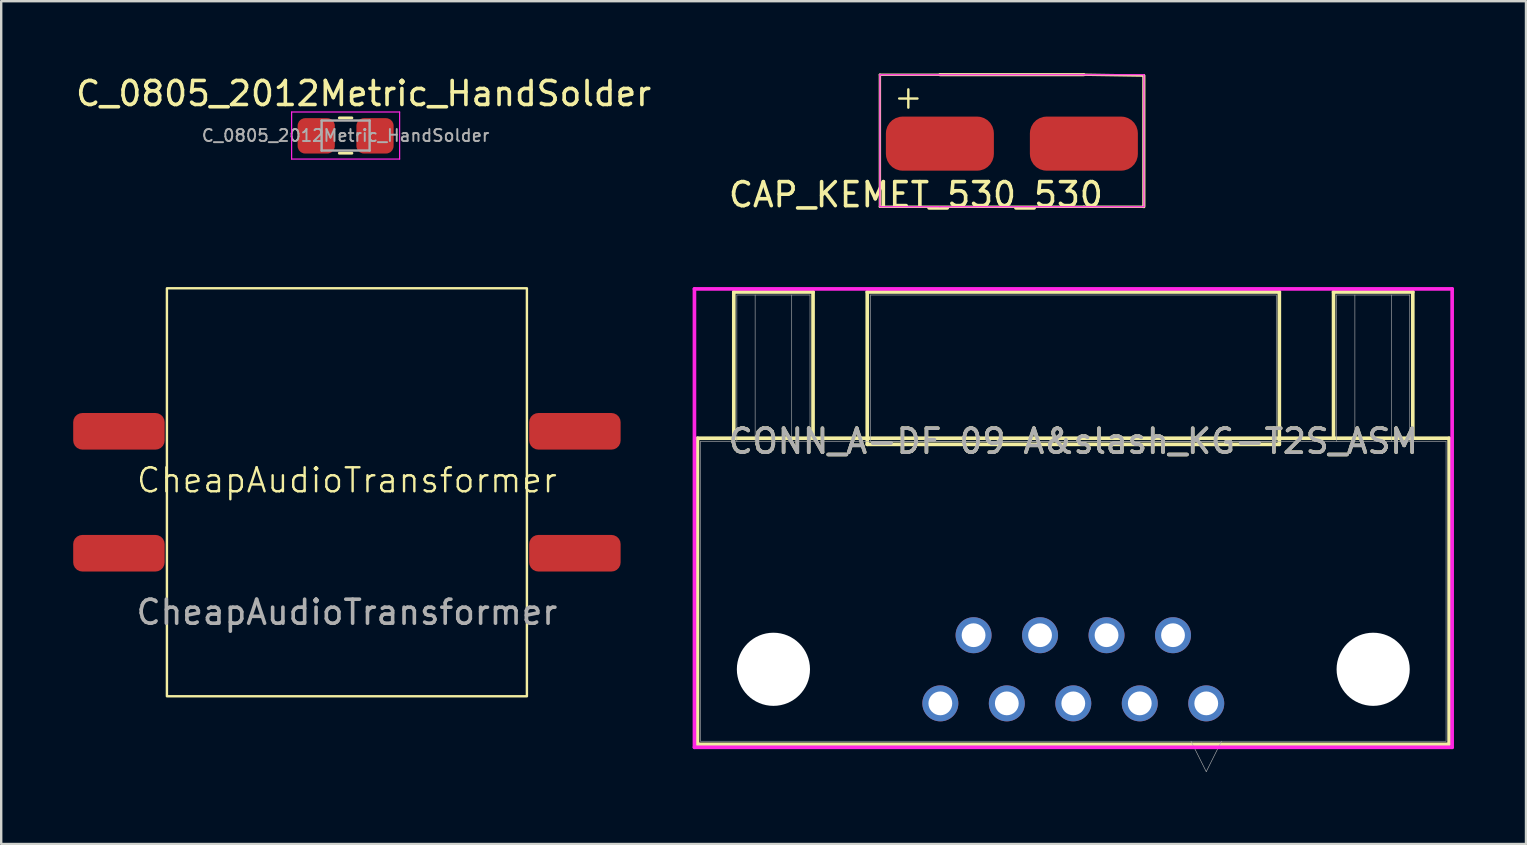
<source format=kicad_pcb>
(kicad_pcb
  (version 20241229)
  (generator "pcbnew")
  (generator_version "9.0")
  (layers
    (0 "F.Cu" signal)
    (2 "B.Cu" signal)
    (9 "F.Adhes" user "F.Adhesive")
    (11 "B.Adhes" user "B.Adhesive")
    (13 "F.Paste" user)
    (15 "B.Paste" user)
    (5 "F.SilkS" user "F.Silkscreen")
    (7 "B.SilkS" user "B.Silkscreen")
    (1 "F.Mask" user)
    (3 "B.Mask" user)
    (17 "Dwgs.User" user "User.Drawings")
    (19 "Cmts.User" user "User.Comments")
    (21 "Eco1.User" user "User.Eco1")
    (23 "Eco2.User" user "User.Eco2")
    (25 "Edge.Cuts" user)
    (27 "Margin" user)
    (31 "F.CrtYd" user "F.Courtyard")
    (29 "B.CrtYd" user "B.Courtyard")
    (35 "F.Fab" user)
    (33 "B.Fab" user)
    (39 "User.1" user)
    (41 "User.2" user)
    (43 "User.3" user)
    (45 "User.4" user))
  (footprint "CheapAudioTransformer"
    (layer "F.Cu")
    (at 11.405 17.462)
    (property "Reference" "CheapAudioTransformer" (at 0 -0.5 0) (unlocked yes) (layer "F.SilkS") (effects (font (size 1 1) (thickness 0.1))))
    (attr smd)
    (fp_rect (start -7.5 -8.5) (end 7.5 8.5) (stroke (width 0.1) (type default)) (fill no) (layer "F.SilkS"))
    (fp_text user "${REFERENCE}" (at 0 5 0) (unlocked yes) (layer "F.Fab") (effects (font (size 1 1) (thickness 0.15))))
    (pad "1" smd roundrect (at -9.5 -2.54) (size 3.81 1.524) (layers "F.Cu" "F.Mask" "F.Paste") (roundrect_rratio 0.25))
    (pad "2" smd roundrect (at -9.5 2.54) (size 3.81 1.524) (layers "F.Cu" "F.Mask" "F.Paste") (roundrect_rratio 0.25))
    (pad "3" smd roundrect (at 9.5 -2.54) (size 3.81 1.524) (layers "F.Cu" "F.Mask" "F.Paste") (roundrect_rratio 0.25))
    (pad "4" smd roundrect (at 9.5 2.54) (size 3.81 1.524) (layers "F.Cu" "F.Mask" "F.Paste") (roundrect_rratio 0.25)))
  (footprint "CONN_A-DF 09 A&slash_KG-T2S_ASM"
    (layer "F.Cu")
    (at 41.672 15.338)
    (property "Reference" "CONN_A-DF 09 A&slash_KG-T2S_ASM" (at 0 0 0) (unlocked yes) (layer "F.SilkS") (effects (font (size 1 1) (thickness 0.15))))
    (attr through_hole)
    (fp_line (start -15.659 -0.127) (end -15.659 12.624) (stroke (width 0.152) (type solid)) (layer "F.SilkS"))
    (fp_line (start -15.659 12.624) (end 15.659 12.624) (stroke (width 0.152) (type solid)) (layer "F.SilkS"))
    (fp_line (start -14.146 -6.223) (end -10.844 -6.223) (stroke (width 0.152) (type solid)) (layer "F.SilkS"))
    (fp_line (start -14.146 -0.127) (end -14.146 -6.223) (stroke (width 0.152) (type solid)) (layer "F.SilkS"))
    (fp_line (start -10.844 -6.223) (end -10.844 -0.127) (stroke (width 0.152) (type solid)) (layer "F.SilkS"))
    (fp_line (start -8.585 -6.223) (end -8.585 0.127) (stroke (width 0.152) (type solid)) (layer "F.SilkS"))
    (fp_line (start -8.585 0.127) (end 8.585 0.127) (stroke (width 0.152) (type solid)) (layer "F.SilkS"))
    (fp_line (start 8.585 -6.223) (end -8.585 -6.223) (stroke (width 0.152) (type solid)) (layer "F.SilkS"))
    (fp_line (start 8.585 0.127) (end 8.585 -6.223) (stroke (width 0.152) (type solid)) (layer "F.SilkS"))
    (fp_line (start 10.844 -6.223) (end 14.146 -6.223) (stroke (width 0.152) (type solid)) (layer "F.SilkS"))
    (fp_line (start 10.844 -0.127) (end 10.844 -6.223) (stroke (width 0.152) (type solid)) (layer "F.SilkS"))
    (fp_line (start 14.146 -6.223) (end 14.146 -0.127) (stroke (width 0.152) (type solid)) (layer "F.SilkS"))
    (fp_line (start 15.659 -0.127) (end -15.659 -0.127) (stroke (width 0.152) (type solid)) (layer "F.SilkS"))
    (fp_line (start 15.659 12.624) (end 15.659 -0.127) (stroke (width 0.152) (type solid)) (layer "F.SilkS"))
    (fp_line (start -15.786 -6.35) (end -15.786 12.751) (stroke (width 0.152) (type solid)) (layer "F.CrtYd"))
    (fp_line (start -15.786 12.751) (end 15.786 12.751) (stroke (width 0.152) (type solid)) (layer "F.CrtYd"))
    (fp_line (start 15.786 -6.35) (end -15.786 -6.35) (stroke (width 0.152) (type solid)) (layer "F.CrtYd"))
    (fp_line (start 15.786 12.751) (end 15.786 -6.35) (stroke (width 0.152) (type solid)) (layer "F.CrtYd"))
    (fp_line (start -15.532 0) (end -15.532 12.497) (stroke (width 0.025) (type solid)) (layer "F.Fab"))
    (fp_line (start -15.532 12.497) (end 15.532 12.497) (stroke (width 0.025) (type solid)) (layer "F.Fab"))
    (fp_line (start -14.019 -6.096) (end -10.971 -6.096) (stroke (width 0.025) (type solid)) (layer "F.Fab"))
    (fp_line (start -14.019 0) (end -14.019 -6.096) (stroke (width 0.025) (type solid)) (layer "F.Fab"))
    (fp_line (start -13.257 0) (end -13.257 -6.096) (stroke (width 0.025) (type solid)) (layer "F.Fab"))
    (fp_line (start -11.733 -6.096) (end -11.733 0) (stroke (width 0.025) (type solid)) (layer "F.Fab"))
    (fp_line (start -10.971 -6.096) (end -10.971 0) (stroke (width 0.025) (type solid)) (layer "F.Fab"))
    (fp_line (start -8.458 -6.096) (end -8.458 0) (stroke (width 0.025) (type solid)) (layer "F.Fab"))
    (fp_line (start -8.458 0) (end 8.458 0) (stroke (width 0.025) (type solid)) (layer "F.Fab"))
    (fp_line (start 4.905 12.497) (end 5.54 13.767) (stroke (width 0.025) (type solid)) (layer "F.Fab"))
    (fp_line (start 6.175 12.497) (end 5.54 13.767) (stroke (width 0.025) (type solid)) (layer "F.Fab"))
    (fp_line (start 8.458 -6.096) (end -8.458 -6.096) (stroke (width 0.025) (type solid)) (layer "F.Fab"))
    (fp_line (start 8.458 0) (end 8.458 -6.096) (stroke (width 0.025) (type solid)) (layer "F.Fab"))
    (fp_line (start 10.971 -6.096) (end 14.019 -6.096) (stroke (width 0.025) (type solid)) (layer "F.Fab"))
    (fp_line (start 10.971 0) (end 10.971 -6.096) (stroke (width 0.025) (type solid)) (layer "F.Fab"))
    (fp_line (start 11.733 0) (end 11.733 -6.096) (stroke (width 0.025) (type solid)) (layer "F.Fab"))
    (fp_line (start 13.257 -6.096) (end 13.257 0) (stroke (width 0.025) (type solid)) (layer "F.Fab"))
    (fp_line (start 14.019 -6.096) (end 14.019 0) (stroke (width 0.025) (type solid)) (layer "F.Fab"))
    (fp_line (start 15.532 0) (end -15.532 0) (stroke (width 0.025) (type solid)) (layer "F.Fab"))
    (fp_line (start 15.532 12.497) (end 15.532 0) (stroke (width 0.025) (type solid)) (layer "F.Fab"))
    (fp_text user "${REFERENCE}" (at 0 0 0) (unlocked yes) (layer "F.Fab") (effects (font (size 1 1) (thickness 0.15))))
    (pad "" np_thru_hole circle (at -12.495 9.5) (size 3.048 3.048) (drill 3.048) (layers "*.Cu" "*.Mask"))
    (pad "" np_thru_hole circle (at 12.495 9.5) (size 3.048 3.048) (drill 3.048) (layers "*.Cu" "*.Mask"))
    (pad "1" thru_hole circle (at 5.54 10.92) (size 1.499 1.499) (drill 0.991) (layers "*.Cu" "*.Mask"))
    (pad "2" thru_hole circle (at 2.77 10.92) (size 1.499 1.499) (drill 0.991) (layers "*.Cu" "*.Mask"))
    (pad "3" thru_hole circle (at 0 10.92) (size 1.499 1.499) (drill 0.991) (layers "*.Cu" "*.Mask"))
    (pad "4" thru_hole circle (at -2.77 10.92) (size 1.499 1.499) (drill 0.991) (layers "*.Cu" "*.Mask"))
    (pad "5" thru_hole circle (at -5.54 10.92) (size 1.499 1.499) (drill 0.991) (layers "*.Cu" "*.Mask"))
    (pad "6" thru_hole circle (at 4.155 8.08) (size 1.499 1.499) (drill 0.991) (layers "*.Cu" "*.Mask"))
    (pad "7" thru_hole circle (at 1.385 8.08) (size 1.499 1.499) (drill 0.991) (layers "*.Cu" "*.Mask"))
    (pad "8" thru_hole circle (at -1.385 8.08) (size 1.499 1.499) (drill 0.991) (layers "*.Cu" "*.Mask"))
    (pad "9" thru_hole circle (at -4.155 8.08) (size 1.499 1.499) (drill 0.991) (layers "*.Cu" "*.Mask")))
  (footprint "C_0805_2012Metric_HandSolder"
    (layer "F.Cu")
    (at 11.351 2.598)
    (property "Reference" "C_0805_2012Metric_HandSolder" (at 0.75 -1.75 0) (layer "F.SilkS") (effects (font (size 1 1) (thickness 0.15))))
    (attr smd)
    (fp_line (start -0.261 -0.735) (end 0.261 -0.735) (stroke (width 0.12) (type solid)) (layer "F.SilkS"))
    (fp_line (start -0.261 0.735) (end 0.261 0.735) (stroke (width 0.12) (type solid)) (layer "F.SilkS"))
    (fp_line (start -2.25 -0.98) (end 2.25 -0.98) (stroke (width 0.05) (type solid)) (layer "F.CrtYd"))
    (fp_line (start -2.25 0.98) (end -2.25 -0.98) (stroke (width 0.05) (type solid)) (layer "F.CrtYd"))
    (fp_line (start 2.25 -0.98) (end 2.25 0.98) (stroke (width 0.05) (type solid)) (layer "F.CrtYd"))
    (fp_line (start 2.25 0.98) (end -2.25 0.98) (stroke (width 0.05) (type solid)) (layer "F.CrtYd"))
    (fp_line (start -1 -0.625) (end 1 -0.625) (stroke (width 0.1) (type solid)) (layer "F.Fab"))
    (fp_line (start -1 0.625) (end -1 -0.625) (stroke (width 0.1) (type solid)) (layer "F.Fab"))
    (fp_line (start 1 -0.625) (end 1 0.625) (stroke (width 0.1) (type solid)) (layer "F.Fab"))
    (fp_line (start 1 0.625) (end -1 0.625) (stroke (width 0.1) (type solid)) (layer "F.Fab"))
    (fp_text user "${REFERENCE}" (at 0 0 0) (layer "F.Fab") (effects (font (size 0.5 0.5) (thickness 0.08))))
    (pad "1" smd roundrect (at -1.225 0.013) (size 1.55 1.475) (layers "F.Cu" "F.Mask" "F.Paste") (roundrect_rratio 0.213))
    (pad "2" smd roundrect (at 1.225 0.013) (size 1.55 1.475) (layers "F.Cu" "F.Mask" "F.Paste") (roundrect_rratio 0.213)))
  (footprint "CAP_KEMET_530_530"
    (layer "F.Cu")
    (at 39.113 3.063)
    (property "Reference" "CAP_KEMET_530_530" (at -4 2 0) (layer "F.SilkS") (effects (font (size 1 1) (thickness 0.15))))
    (attr smd)
    (fp_line (start -5.5 -3) (end -5.5 2.5) (stroke (width 0.1) (type default)) (layer "F.SilkS"))
    (fp_line (start -5.5 -3) (end -3 -3) (stroke (width 0.1) (type default)) (layer "F.SilkS"))
    (fp_line (start -3 -3) (end 3 -3) (stroke (width 0.1) (type default)) (layer "F.SilkS"))
    (fp_line (start -3 -3) (end 3 -3) (stroke (width 0.127) (type solid)) (layer "F.SilkS"))
    (fp_line (start 3 -3) (end 5.5 -2.962) (stroke (width 0.1) (type default)) (layer "F.SilkS"))
    (fp_line (start 3 2.5) (end -5.5 2.5) (stroke (width 0.1) (type default)) (layer "F.SilkS"))
    (fp_line (start 5.5 -2.962) (end 5.5 2.5) (stroke (width 0.1) (type default)) (layer "F.SilkS"))
    (fp_line (start 5.5 2.5) (end 3 2.5) (stroke (width 0.1) (type default)) (layer "F.SilkS"))
    (fp_line (start 5.5 2.5) (end 5.5 -2.962) (stroke (width 0.127) (type solid)) (layer "F.SilkS"))
    (fp_line (start -5.5 -3) (end -3 -3) (stroke (width 0.05) (type default)) (layer "F.CrtYd"))
    (fp_line (start -5.5 2.5) (end -5.5 -3) (stroke (width 0.05) (type default)) (layer "F.CrtYd"))
    (fp_line (start -3 2.5) (end -5.5 2.5) (stroke (width 0.05) (type default)) (layer "F.CrtYd"))
    (fp_line (start -3 2.5) (end 3 2.5) (stroke (width 0.05) (type default)) (layer "F.CrtYd"))
    (fp_line (start 3 -3) (end -3 -3) (stroke (width 0.05) (type solid)) (layer "F.CrtYd"))
    (fp_line (start 3 -3) (end 5.5 -3) (stroke (width 0.05) (type default)) (layer "F.CrtYd"))
    (fp_line (start 5.5 -3) (end 5.5 2.5) (stroke (width 0.05) (type default)) (layer "F.CrtYd"))
    (fp_line (start 5.5 2.5) (end 3 2.5) (stroke (width 0.05) (type default)) (layer "F.CrtYd"))
    (fp_text user "+" (at -5 -1.5 0) (unlocked yes) (layer "F.SilkS") (effects (font (size 1 1) (thickness 0.1)) (justify left bottom)))
    (pad "1" smd roundrect (at -3 -0.128) (size 4.5 2.255) (layers "F.Cu" "F.Mask" "F.Paste") (roundrect_rratio 0.31))
    (pad "2" smd roundrect (at 3 -0.128) (size 4.5 2.255) (layers "F.Cu" "F.Mask" "F.Paste") (roundrect_rratio 0.31)))
  (gr_rect
    (start -3 -3)
    (end 60.535 32.117)
    (stroke (width 0.1) (type default))
    (fill no)
    (layer "Edge.Cuts")))
</source>
